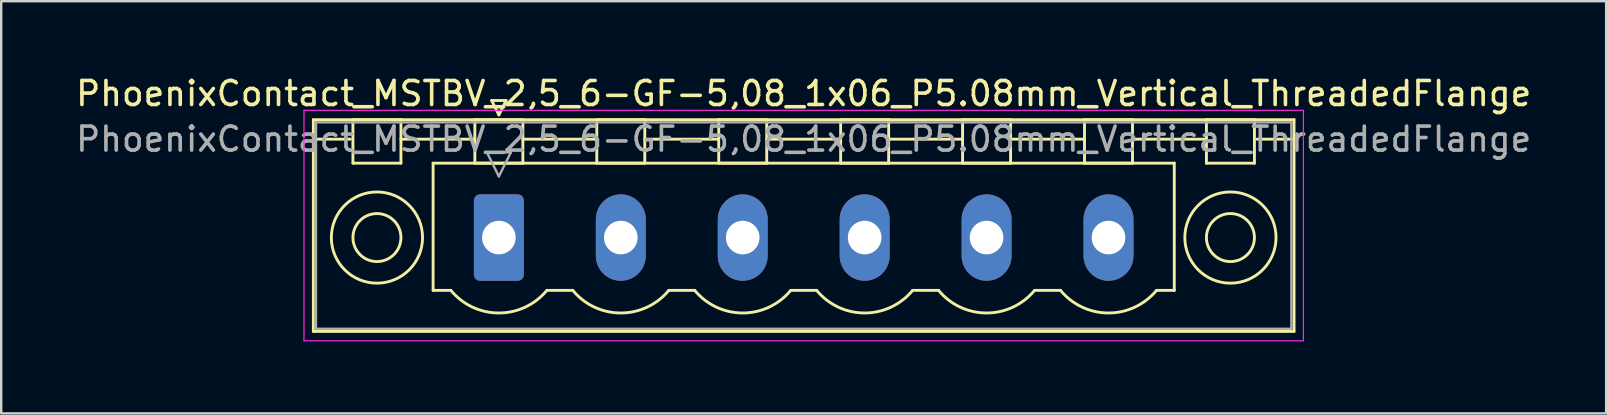
<source format=kicad_pcb>
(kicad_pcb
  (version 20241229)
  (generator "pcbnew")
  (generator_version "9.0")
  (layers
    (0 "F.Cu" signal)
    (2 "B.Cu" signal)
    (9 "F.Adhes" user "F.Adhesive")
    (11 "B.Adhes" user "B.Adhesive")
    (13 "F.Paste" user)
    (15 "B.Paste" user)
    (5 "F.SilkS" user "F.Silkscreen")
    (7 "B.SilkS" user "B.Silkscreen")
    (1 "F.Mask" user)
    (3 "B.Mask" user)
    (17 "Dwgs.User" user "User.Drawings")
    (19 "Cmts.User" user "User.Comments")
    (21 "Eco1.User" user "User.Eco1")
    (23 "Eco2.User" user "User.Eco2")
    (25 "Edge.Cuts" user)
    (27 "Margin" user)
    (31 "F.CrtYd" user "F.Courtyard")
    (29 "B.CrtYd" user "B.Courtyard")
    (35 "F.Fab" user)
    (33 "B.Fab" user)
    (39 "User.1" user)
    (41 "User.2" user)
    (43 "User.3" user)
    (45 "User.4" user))
  (footprint "PhoenixContact_MSTBV_2,5_6-GF-5,08_1x06_P5.08mm_Vertical_ThreadedFlange"
    (layer "F.Cu")
    (at 17.735 6.848)
    (property "Reference" "PhoenixContact_MSTBV_2,5_6-GF-5,08_1x06_P5.08mm_Vertical_ThreadedFlange" (at 12.7 -6 0) (layer "F.SilkS") (effects (font (size 1 1) (thickness 0.15))))
    (attr through_hole)
    (fp_line (start -7.73 -4.91) (end -7.73 3.91) (stroke (width 0.12) (type solid)) (layer "F.SilkS"))
    (fp_line (start -7.73 -4.1) (end -6.19 -4.1) (stroke (width 0.12) (type solid)) (layer "F.SilkS"))
    (fp_line (start -7.73 3.91) (end 33.13 3.91) (stroke (width 0.12) (type solid)) (layer "F.SilkS"))
    (fp_line (start -6.08 -4.91) (end -4.08 -4.91) (stroke (width 0.12) (type solid)) (layer "F.SilkS"))
    (fp_line (start -6.08 -3.1) (end -6.08 -4.91) (stroke (width 0.12) (type solid)) (layer "F.SilkS"))
    (fp_line (start -4.08 -4.91) (end -4.08 -3.1) (stroke (width 0.12) (type solid)) (layer "F.SilkS"))
    (fp_line (start -4.08 -4.1) (end -1 -4.1) (stroke (width 0.12) (type solid)) (layer "F.SilkS"))
    (fp_line (start -4.08 -3.1) (end -6.08 -3.1) (stroke (width 0.12) (type solid)) (layer "F.SilkS"))
    (fp_line (start -2.74 -3.1) (end 28.14 -3.1) (stroke (width 0.12) (type solid)) (layer "F.SilkS"))
    (fp_line (start -2.74 2.2) (end -2.74 -3.1) (stroke (width 0.12) (type solid)) (layer "F.SilkS"))
    (fp_line (start -2 2.2) (end -2.74 2.2) (stroke (width 0.12) (type solid)) (layer "F.SilkS"))
    (fp_line (start -1 -4.91) (end 1 -4.91) (stroke (width 0.12) (type solid)) (layer "F.SilkS"))
    (fp_line (start -1 -3.1) (end -1 -4.91) (stroke (width 0.12) (type solid)) (layer "F.SilkS"))
    (fp_line (start -0.3 -5.71) (end 0.3 -5.71) (stroke (width 0.12) (type solid)) (layer "F.SilkS"))
    (fp_line (start 0 -5.11) (end -0.3 -5.71) (stroke (width 0.12) (type solid)) (layer "F.SilkS"))
    (fp_line (start 0.3 -5.71) (end 0 -5.11) (stroke (width 0.12) (type solid)) (layer "F.SilkS"))
    (fp_line (start 1 -4.91) (end 1 -3.1) (stroke (width 0.12) (type solid)) (layer "F.SilkS"))
    (fp_line (start 1 -4.1) (end 4.08 -4.1) (stroke (width 0.12) (type solid)) (layer "F.SilkS"))
    (fp_line (start 1 -3.1) (end -1 -3.1) (stroke (width 0.12) (type solid)) (layer "F.SilkS"))
    (fp_line (start 2 2.2) (end 3.08 2.2) (stroke (width 0.12) (type solid)) (layer "F.SilkS"))
    (fp_line (start 4.08 -4.91) (end 6.08 -4.91) (stroke (width 0.12) (type solid)) (layer "F.SilkS"))
    (fp_line (start 4.08 -3.1) (end 4.08 -4.91) (stroke (width 0.12) (type solid)) (layer "F.SilkS"))
    (fp_line (start 6.08 -4.91) (end 6.08 -3.1) (stroke (width 0.12) (type solid)) (layer "F.SilkS"))
    (fp_line (start 6.08 -4.1) (end 9.16 -4.1) (stroke (width 0.12) (type solid)) (layer "F.SilkS"))
    (fp_line (start 6.08 -3.1) (end 4.08 -3.1) (stroke (width 0.12) (type solid)) (layer "F.SilkS"))
    (fp_line (start 7.08 2.2) (end 8.16 2.2) (stroke (width 0.12) (type solid)) (layer "F.SilkS"))
    (fp_line (start 9.16 -4.91) (end 11.16 -4.91) (stroke (width 0.12) (type solid)) (layer "F.SilkS"))
    (fp_line (start 9.16 -3.1) (end 9.16 -4.91) (stroke (width 0.12) (type solid)) (layer "F.SilkS"))
    (fp_line (start 11.16 -4.91) (end 11.16 -3.1) (stroke (width 0.12) (type solid)) (layer "F.SilkS"))
    (fp_line (start 11.16 -4.1) (end 14.24 -4.1) (stroke (width 0.12) (type solid)) (layer "F.SilkS"))
    (fp_line (start 11.16 -3.1) (end 9.16 -3.1) (stroke (width 0.12) (type solid)) (layer "F.SilkS"))
    (fp_line (start 12.16 2.2) (end 13.24 2.2) (stroke (width 0.12) (type solid)) (layer "F.SilkS"))
    (fp_line (start 14.24 -4.91) (end 16.24 -4.91) (stroke (width 0.12) (type solid)) (layer "F.SilkS"))
    (fp_line (start 14.24 -3.1) (end 14.24 -4.91) (stroke (width 0.12) (type solid)) (layer "F.SilkS"))
    (fp_line (start 16.24 -4.91) (end 16.24 -3.1) (stroke (width 0.12) (type solid)) (layer "F.SilkS"))
    (fp_line (start 16.24 -4.1) (end 19.32 -4.1) (stroke (width 0.12) (type solid)) (layer "F.SilkS"))
    (fp_line (start 16.24 -3.1) (end 14.24 -3.1) (stroke (width 0.12) (type solid)) (layer "F.SilkS"))
    (fp_line (start 17.24 2.2) (end 18.32 2.2) (stroke (width 0.12) (type solid)) (layer "F.SilkS"))
    (fp_line (start 19.32 -4.91) (end 21.32 -4.91) (stroke (width 0.12) (type solid)) (layer "F.SilkS"))
    (fp_line (start 19.32 -3.1) (end 19.32 -4.91) (stroke (width 0.12) (type solid)) (layer "F.SilkS"))
    (fp_line (start 21.32 -4.91) (end 21.32 -3.1) (stroke (width 0.12) (type solid)) (layer "F.SilkS"))
    (fp_line (start 21.32 -4.1) (end 24.4 -4.1) (stroke (width 0.12) (type solid)) (layer "F.SilkS"))
    (fp_line (start 21.32 -3.1) (end 19.32 -3.1) (stroke (width 0.12) (type solid)) (layer "F.SilkS"))
    (fp_line (start 22.32 2.2) (end 23.4 2.2) (stroke (width 0.12) (type solid)) (layer "F.SilkS"))
    (fp_line (start 24.4 -4.91) (end 26.4 -4.91) (stroke (width 0.12) (type solid)) (layer "F.SilkS"))
    (fp_line (start 24.4 -3.1) (end 24.4 -4.91) (stroke (width 0.12) (type solid)) (layer "F.SilkS"))
    (fp_line (start 26.4 -4.91) (end 26.4 -3.1) (stroke (width 0.12) (type solid)) (layer "F.SilkS"))
    (fp_line (start 26.4 -4.1) (end 29.48 -4.1) (stroke (width 0.12) (type solid)) (layer "F.SilkS"))
    (fp_line (start 26.4 -3.1) (end 24.4 -3.1) (stroke (width 0.12) (type solid)) (layer "F.SilkS"))
    (fp_line (start 28.14 -3.1) (end 28.14 2.2) (stroke (width 0.12) (type solid)) (layer "F.SilkS"))
    (fp_line (start 28.14 2.2) (end 27.4 2.2) (stroke (width 0.12) (type solid)) (layer "F.SilkS"))
    (fp_line (start 29.48 -4.91) (end 31.48 -4.91) (stroke (width 0.12) (type solid)) (layer "F.SilkS"))
    (fp_line (start 29.48 -3.1) (end 29.48 -4.91) (stroke (width 0.12) (type solid)) (layer "F.SilkS"))
    (fp_line (start 31.48 -4.91) (end 31.48 -3.1) (stroke (width 0.12) (type solid)) (layer "F.SilkS"))
    (fp_line (start 31.48 -3.1) (end 29.48 -3.1) (stroke (width 0.12) (type solid)) (layer "F.SilkS"))
    (fp_line (start 33.13 -4.91) (end -7.73 -4.91) (stroke (width 0.12) (type solid)) (layer "F.SilkS"))
    (fp_line (start 33.13 -4.1) (end 31.59 -4.1) (stroke (width 0.12) (type solid)) (layer "F.SilkS"))
    (fp_line (start 33.13 3.91) (end 33.13 -4.91) (stroke (width 0.12) (type solid)) (layer "F.SilkS"))
    (fp_arc (start 1.986842 2.215821) (mid -0.010289 3.142758) (end -2 2.2) (stroke (width 0.12) (type solid)) (layer "F.SilkS"))
    (fp_arc (start 7.066842 2.215821) (mid 5.069711 3.142758) (end 3.08 2.2) (stroke (width 0.12) (type solid)) (layer "F.SilkS"))
    (fp_arc (start 12.146842 2.215821) (mid 10.149711 3.142758) (end 8.16 2.2) (stroke (width 0.12) (type solid)) (layer "F.SilkS"))
    (fp_arc (start 17.226842 2.215821) (mid 15.229711 3.142758) (end 13.24 2.2) (stroke (width 0.12) (type solid)) (layer "F.SilkS"))
    (fp_arc (start 22.306842 2.215821) (mid 20.309711 3.142758) (end 18.32 2.2) (stroke (width 0.12) (type solid)) (layer "F.SilkS"))
    (fp_arc (start 27.386842 2.215821) (mid 25.389711 3.142758) (end 23.4 2.2) (stroke (width 0.12) (type solid)) (layer "F.SilkS"))
    (fp_circle (center -5.08 0) (end -4.08 0) (stroke (width 0.12) (type solid)) (fill no) (layer "F.SilkS"))
    (fp_circle (center -5.08 0) (end -3.18 0) (stroke (width 0.12) (type solid)) (fill no) (layer "F.SilkS"))
    (fp_circle (center 30.48 0) (end 31.48 0) (stroke (width 0.12) (type solid)) (fill no) (layer "F.SilkS"))
    (fp_circle (center 30.48 0) (end 32.38 0) (stroke (width 0.12) (type solid)) (fill no) (layer "F.SilkS"))
    (fp_line (start -8.12 -5.3) (end -8.12 4.3) (stroke (width 0.05) (type solid)) (layer "F.CrtYd"))
    (fp_line (start -8.12 4.3) (end 33.52 4.3) (stroke (width 0.05) (type solid)) (layer "F.CrtYd"))
    (fp_line (start 33.52 -5.3) (end -8.12 -5.3) (stroke (width 0.05) (type solid)) (layer "F.CrtYd"))
    (fp_line (start 33.52 4.3) (end 33.52 -5.3) (stroke (width 0.05) (type solid)) (layer "F.CrtYd"))
    (fp_line (start -7.62 -4.8) (end -7.62 3.8) (stroke (width 0.1) (type solid)) (layer "F.Fab"))
    (fp_line (start -7.62 3.8) (end 33.02 3.8) (stroke (width 0.1) (type solid)) (layer "F.Fab"))
    (fp_line (start -0.5 -3.55) (end 0.5 -3.55) (stroke (width 0.1) (type solid)) (layer "F.Fab"))
    (fp_line (start 0 -2.55) (end -0.5 -3.55) (stroke (width 0.1) (type solid)) (layer "F.Fab"))
    (fp_line (start 0.5 -3.55) (end 0 -2.55) (stroke (width 0.1) (type solid)) (layer "F.Fab"))
    (fp_line (start 33.02 -4.8) (end -7.62 -4.8) (stroke (width 0.1) (type solid)) (layer "F.Fab"))
    (fp_line (start 33.02 3.8) (end 33.02 -4.8) (stroke (width 0.1) (type solid)) (layer "F.Fab"))
    (fp_text user "${REFERENCE}" (at 12.7 -4.1 0) (layer "F.Fab") (effects (font (size 1 1) (thickness 0.15))))
    (pad "1" thru_hole roundrect (at 0 0) (size 2.08 3.6) (drill 1.4) (layers "*.Cu" "*.Mask") (roundrect_rratio 0.12))
    (pad "2" thru_hole oval (at 5.08 0) (size 2.08 3.6) (drill 1.4) (layers "*.Cu" "*.Mask"))
    (pad "3" thru_hole oval (at 10.16 0) (size 2.08 3.6) (drill 1.4) (layers "*.Cu" "*.Mask"))
    (pad "4" thru_hole oval (at 15.24 0) (size 2.08 3.6) (drill 1.4) (layers "*.Cu" "*.Mask"))
    (pad "5" thru_hole oval (at 20.32 0) (size 2.08 3.6) (drill 1.4) (layers "*.Cu" "*.Mask"))
    (pad "6" thru_hole oval (at 25.4 0) (size 2.08 3.6) (drill 1.4) (layers "*.Cu" "*.Mask")))
  (gr_rect
    (start -3 -3)
    (end 63.869 14.173)
    (stroke (width 0.1) (type default))
    (fill no)
    (layer "Edge.Cuts")))
</source>
